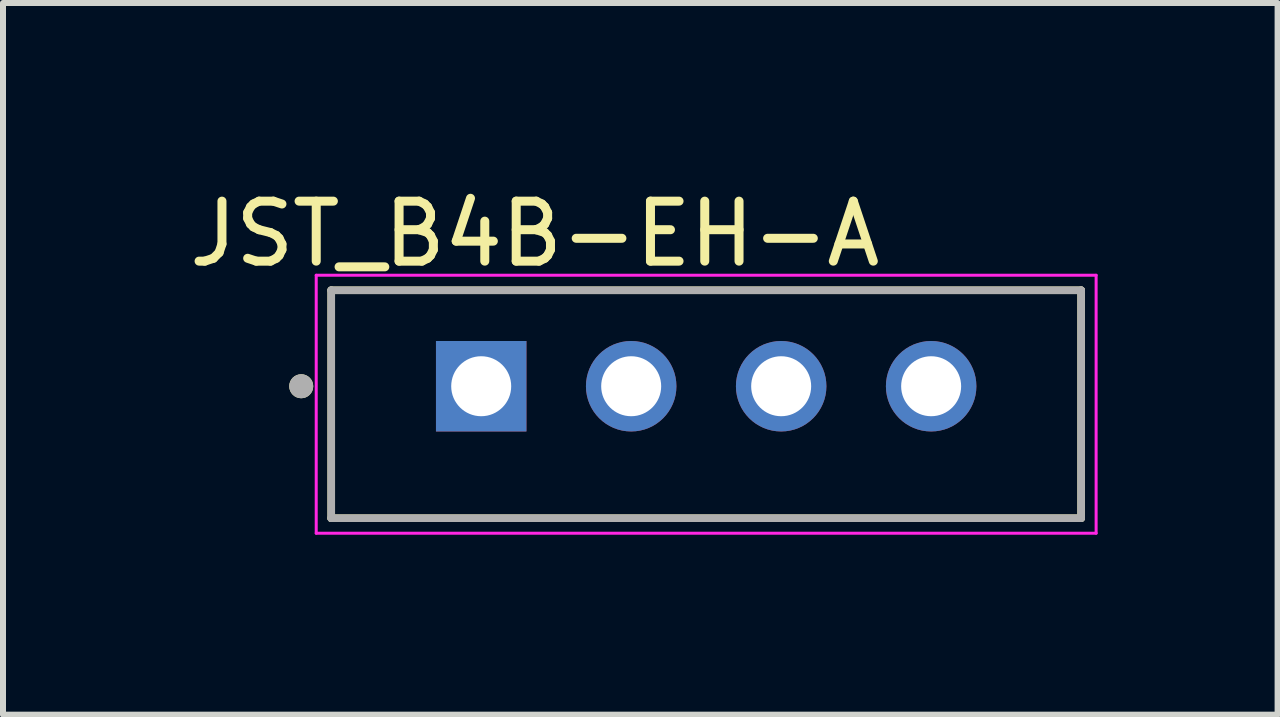
<source format=kicad_pcb>
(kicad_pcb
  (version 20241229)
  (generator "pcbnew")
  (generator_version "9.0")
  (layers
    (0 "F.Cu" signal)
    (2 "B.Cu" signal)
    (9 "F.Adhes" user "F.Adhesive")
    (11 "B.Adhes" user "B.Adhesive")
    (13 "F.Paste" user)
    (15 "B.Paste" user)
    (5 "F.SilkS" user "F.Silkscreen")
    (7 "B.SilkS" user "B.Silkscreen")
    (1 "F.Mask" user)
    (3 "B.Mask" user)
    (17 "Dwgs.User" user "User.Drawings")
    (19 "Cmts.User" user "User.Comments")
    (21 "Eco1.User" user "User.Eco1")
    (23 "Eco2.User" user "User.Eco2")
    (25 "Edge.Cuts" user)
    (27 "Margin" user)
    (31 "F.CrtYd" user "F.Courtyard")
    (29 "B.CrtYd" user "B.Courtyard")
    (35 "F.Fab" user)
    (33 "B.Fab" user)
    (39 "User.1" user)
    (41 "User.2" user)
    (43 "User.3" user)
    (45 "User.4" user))
  (footprint "JST_B4B-EH-A"
    (layer "F.Cu")
    (at 8.721 3.388)
    (property "Reference" "JST_B4B-EH-A" (at -2.857 -2.54 0) (layer "F.SilkS") (effects (font (size 1 1) (thickness 0.15))))
    (attr through_hole)
    (fp_line (start -6.25 -1.6) (end 6.25 -1.6) (stroke (width 0.127) (type solid)) (layer "F.SilkS"))
    (fp_line (start -6.25 2.2) (end -6.25 -1.6) (stroke (width 0.127) (type solid)) (layer "F.SilkS"))
    (fp_line (start 6.25 -1.6) (end 6.25 2.2) (stroke (width 0.127) (type solid)) (layer "F.SilkS"))
    (fp_line (start 6.25 2.2) (end -6.25 2.2) (stroke (width 0.127) (type solid)) (layer "F.SilkS"))
    (fp_circle (center -6.75 0) (end -6.65 0) (stroke (width 0.2) (type solid)) (fill no) (layer "F.SilkS"))
    (fp_line (start -6.5 -1.85) (end 6.5 -1.85) (stroke (width 0.05) (type solid)) (layer "F.CrtYd"))
    (fp_line (start -6.5 2.45) (end -6.5 -1.85) (stroke (width 0.05) (type solid)) (layer "F.CrtYd"))
    (fp_line (start 6.5 -1.85) (end 6.5 2.45) (stroke (width 0.05) (type solid)) (layer "F.CrtYd"))
    (fp_line (start 6.5 2.45) (end -6.5 2.45) (stroke (width 0.05) (type solid)) (layer "F.CrtYd"))
    (fp_line (start -6.25 -1.6) (end 6.25 -1.6) (stroke (width 0.127) (type solid)) (layer "F.Fab"))
    (fp_line (start -6.25 2.2) (end -6.25 -1.6) (stroke (width 0.127) (type solid)) (layer "F.Fab"))
    (fp_line (start 6.25 -1.6) (end 6.25 2.2) (stroke (width 0.127) (type solid)) (layer "F.Fab"))
    (fp_line (start 6.25 2.2) (end -6.25 2.2) (stroke (width 0.127) (type solid)) (layer "F.Fab"))
    (fp_circle (center -6.75 0) (end -6.65 0) (stroke (width 0.2) (type solid)) (fill no) (layer "F.Fab"))
    (pad "1" thru_hole rect (at -3.75 0) (size 1.508 1.508) (drill 1) (layers "*.Cu" "*.Mask"))
    (pad "2" thru_hole circle (at -1.25 0) (size 1.508 1.508) (drill 1) (layers "*.Cu" "*.Mask"))
    (pad "3" thru_hole circle (at 1.25 0) (size 1.508 1.508) (drill 1) (layers "*.Cu" "*.Mask"))
    (pad "4" thru_hole circle (at 3.75 0) (size 1.508 1.508) (drill 1) (layers "*.Cu" "*.Mask")))
  (gr_rect
    (start -3 -3)
    (end 18.246 8.863)
    (stroke (width 0.1) (type default))
    (fill no)
    (layer "Edge.Cuts")))
</source>
